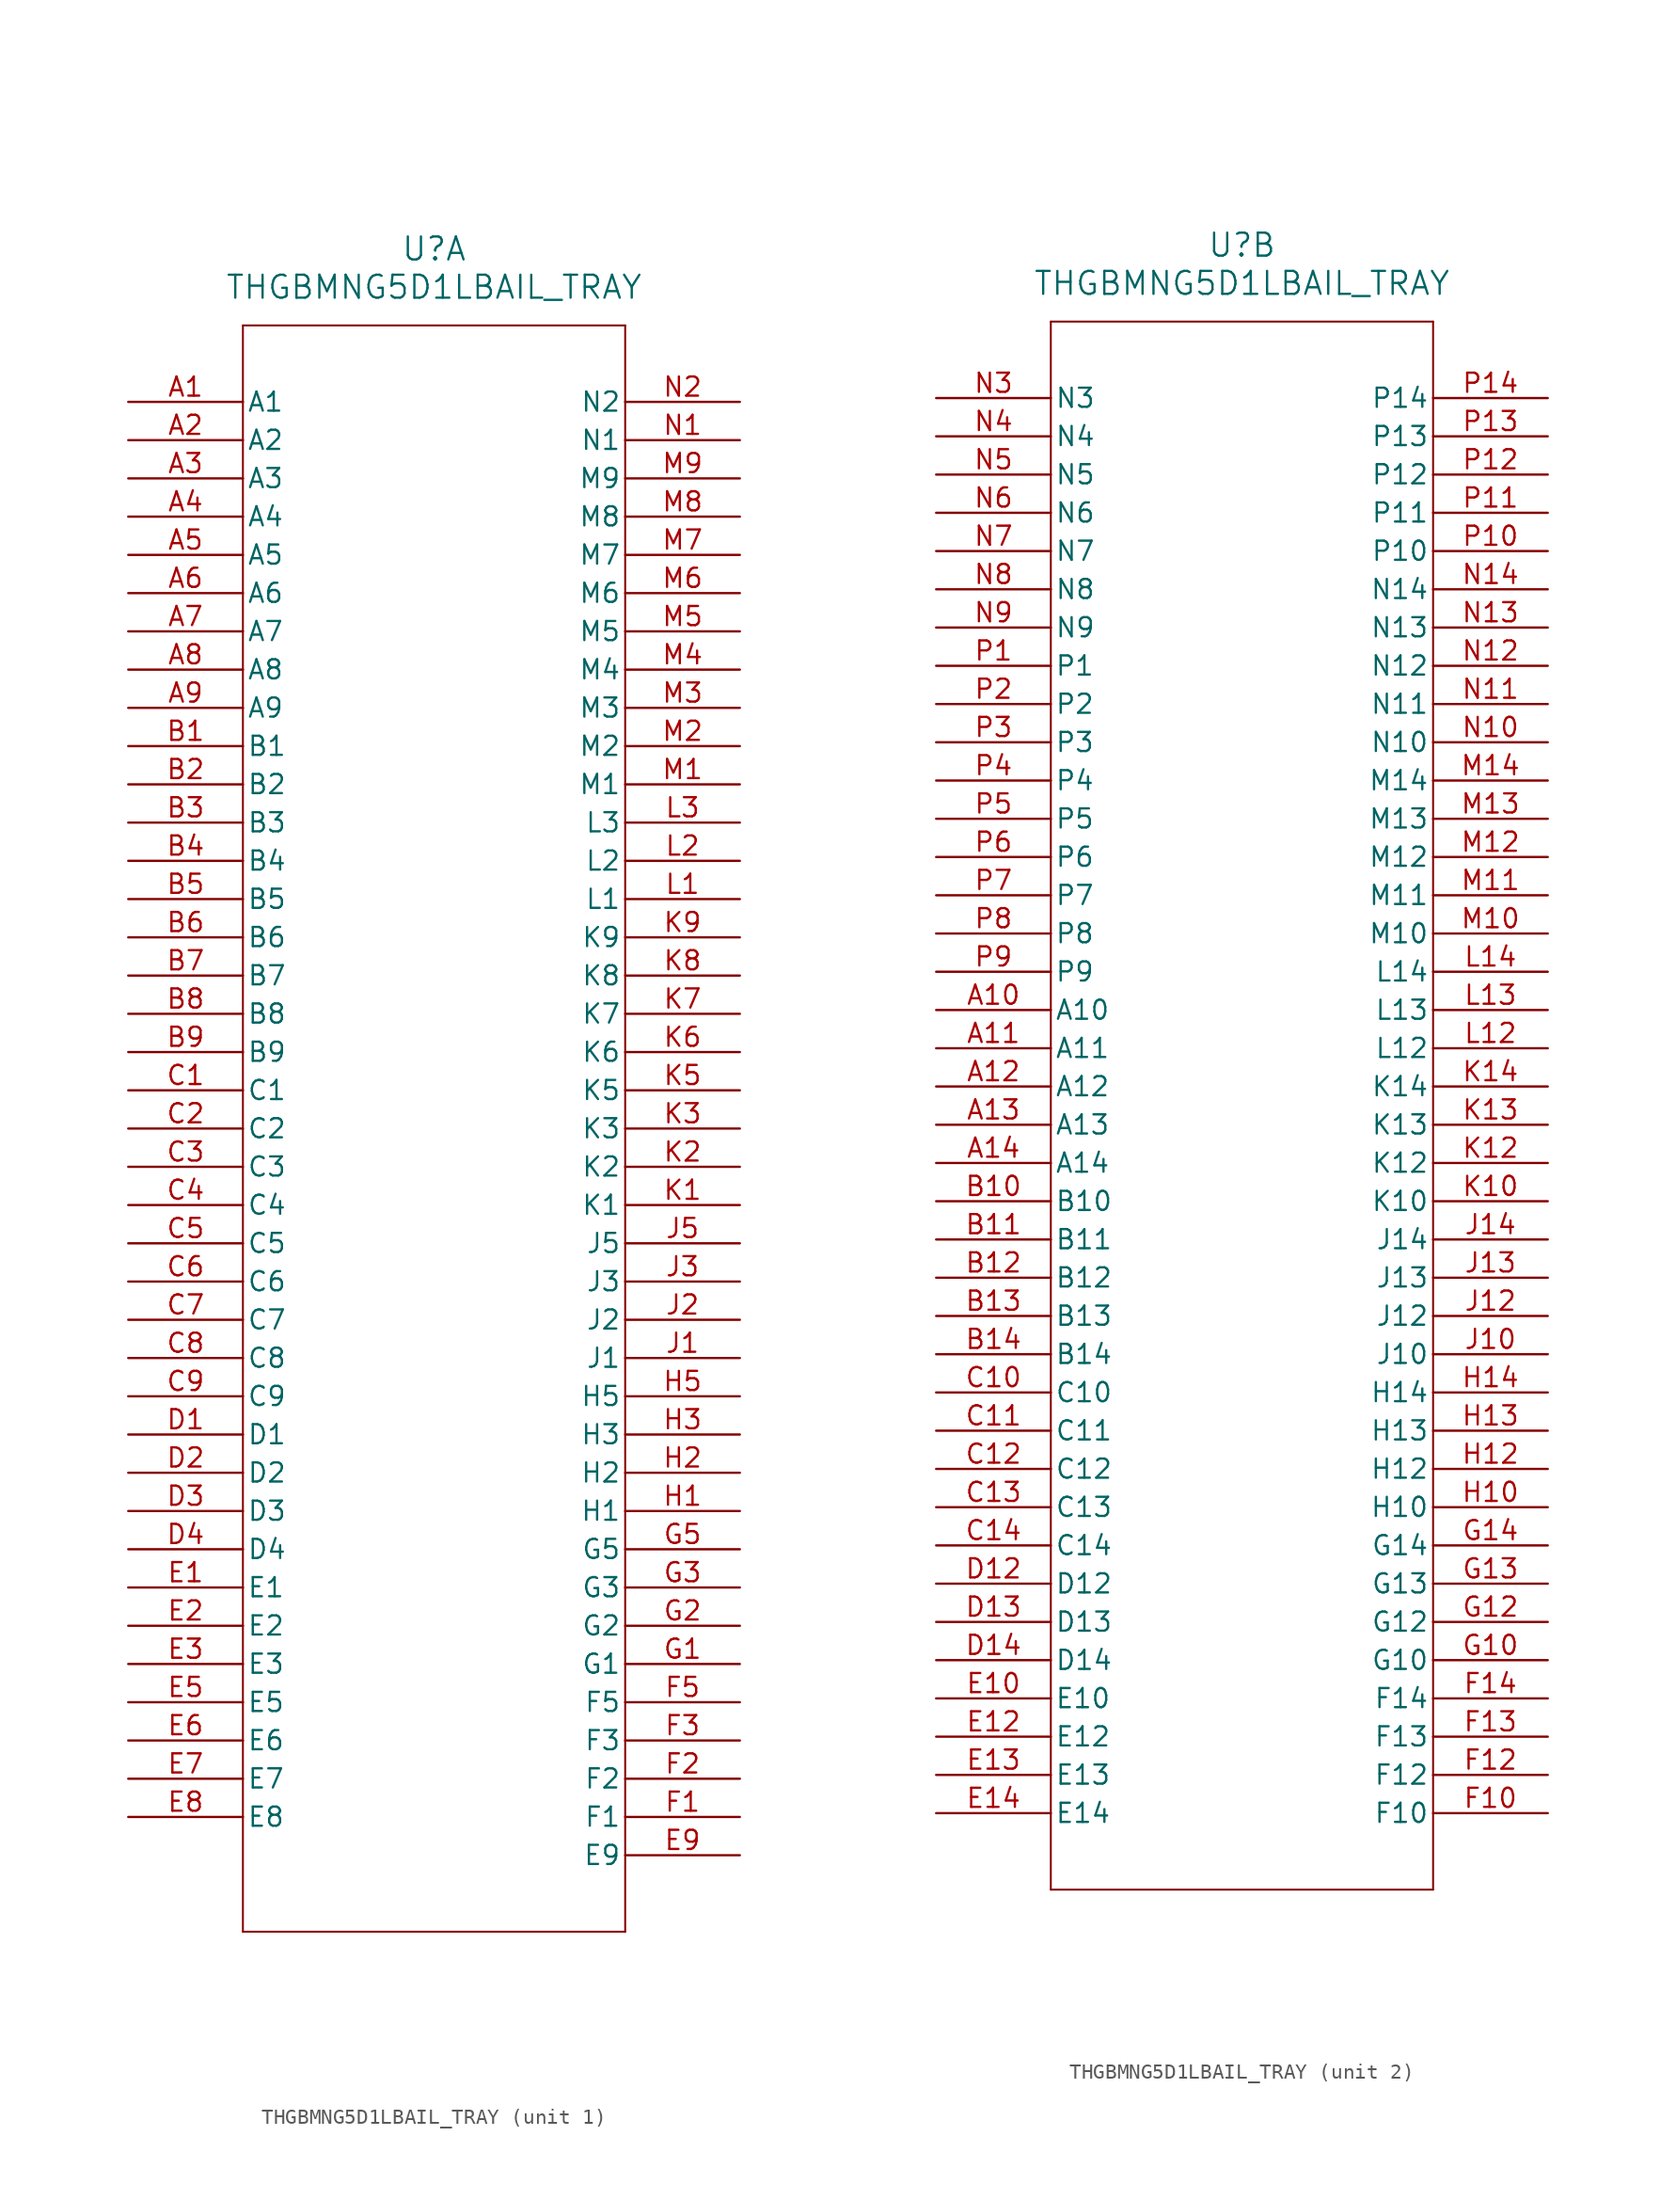
<source format=kicad_sym>
(kicad_symbol_lib
  (version 20211014)
  (generator kicad_symbol_editor)
  (symbol "THGBMNG5D1LBAIL_TRAY"
    (pin_names
      (offset 0.254))
    (property "Reference" "U"
      (at 20.32 10.16 0)
      (effects (font (size 1.524 1.524))))
    (property "Value" "THGBMNG5D1LBAIL_TRAY"
      (at 20.32 7.62 0)
      (effects (font (size 1.524 1.524))))
    (property "ki_locked" ""
      (at 0 0 0)
      (effects (font (size 1.27 1.27))))
    (symbol "THGBMNG5D1LBAIL_TRAY_1_1"
      (polyline (pts (xy 7.62 -101.6) (xy 33.02 -101.6)) (stroke (width 0.127) (type default) (color 0 0 0 0)) (fill (type none)))
      (polyline (pts (xy 7.62 5.08) (xy 7.62 -101.6)) (stroke (width 0.127) (type default) (color 0 0 0 0)) (fill (type none)))
      (polyline (pts (xy 33.02 -101.6) (xy 33.02 5.08)) (stroke (width 0.127) (type default) (color 0 0 0 0)) (fill (type none)))
      (polyline (pts (xy 33.02 5.08) (xy 7.62 5.08)) (stroke (width 0.127) (type default) (color 0 0 0 0)) (fill (type none)))
      (pin unspecified line (at 0 0 0) (length 7.62) (name "A1" (effects (font (size 1.27 1.27)))) (number "A1" (effects (font (size 1.27 1.27)))))
      (pin unspecified line (at 0 -2.54 0) (length 7.62) (name "A2" (effects (font (size 1.27 1.27)))) (number "A2" (effects (font (size 1.27 1.27)))))
      (pin unspecified line (at 0 -5.08 0) (length 7.62) (name "A3" (effects (font (size 1.27 1.27)))) (number "A3" (effects (font (size 1.27 1.27)))))
      (pin unspecified line (at 0 -7.62 0) (length 7.62) (name "A4" (effects (font (size 1.27 1.27)))) (number "A4" (effects (font (size 1.27 1.27)))))
      (pin unspecified line (at 0 -10.16 0) (length 7.62) (name "A5" (effects (font (size 1.27 1.27)))) (number "A5" (effects (font (size 1.27 1.27)))))
      (pin unspecified line (at 0 -12.7 0) (length 7.62) (name "A6" (effects (font (size 1.27 1.27)))) (number "A6" (effects (font (size 1.27 1.27)))))
      (pin unspecified line (at 0 -15.24 0) (length 7.62) (name "A7" (effects (font (size 1.27 1.27)))) (number "A7" (effects (font (size 1.27 1.27)))))
      (pin unspecified line (at 0 -17.78 0) (length 7.62) (name "A8" (effects (font (size 1.27 1.27)))) (number "A8" (effects (font (size 1.27 1.27)))))
      (pin unspecified line (at 0 -20.32 0) (length 7.62) (name "A9" (effects (font (size 1.27 1.27)))) (number "A9" (effects (font (size 1.27 1.27)))))
      (pin unspecified line (at 0 -22.86 0) (length 7.62) (name "B1" (effects (font (size 1.27 1.27)))) (number "B1" (effects (font (size 1.27 1.27)))))
      (pin unspecified line (at 0 -25.4 0) (length 7.62) (name "B2" (effects (font (size 1.27 1.27)))) (number "B2" (effects (font (size 1.27 1.27)))))
      (pin unspecified line (at 0 -27.94 0) (length 7.62) (name "B3" (effects (font (size 1.27 1.27)))) (number "B3" (effects (font (size 1.27 1.27)))))
      (pin unspecified line (at 0 -30.48 0) (length 7.62) (name "B4" (effects (font (size 1.27 1.27)))) (number "B4" (effects (font (size 1.27 1.27)))))
      (pin unspecified line (at 0 -33.02 0) (length 7.62) (name "B5" (effects (font (size 1.27 1.27)))) (number "B5" (effects (font (size 1.27 1.27)))))
      (pin unspecified line (at 0 -35.56 0) (length 7.62) (name "B6" (effects (font (size 1.27 1.27)))) (number "B6" (effects (font (size 1.27 1.27)))))
      (pin unspecified line (at 0 -38.1 0) (length 7.62) (name "B7" (effects (font (size 1.27 1.27)))) (number "B7" (effects (font (size 1.27 1.27)))))
      (pin unspecified line (at 0 -40.64 0) (length 7.62) (name "B8" (effects (font (size 1.27 1.27)))) (number "B8" (effects (font (size 1.27 1.27)))))
      (pin unspecified line (at 0 -43.18 0) (length 7.62) (name "B9" (effects (font (size 1.27 1.27)))) (number "B9" (effects (font (size 1.27 1.27)))))
      (pin unspecified line (at 0 -45.72 0) (length 7.62) (name "C1" (effects (font (size 1.27 1.27)))) (number "C1" (effects (font (size 1.27 1.27)))))
      (pin unspecified line (at 0 -48.26 0) (length 7.62) (name "C2" (effects (font (size 1.27 1.27)))) (number "C2" (effects (font (size 1.27 1.27)))))
      (pin unspecified line (at 0 -50.8 0) (length 7.62) (name "C3" (effects (font (size 1.27 1.27)))) (number "C3" (effects (font (size 1.27 1.27)))))
      (pin unspecified line (at 0 -53.34 0) (length 7.62) (name "C4" (effects (font (size 1.27 1.27)))) (number "C4" (effects (font (size 1.27 1.27)))))
      (pin unspecified line (at 0 -55.88 0) (length 7.62) (name "C5" (effects (font (size 1.27 1.27)))) (number "C5" (effects (font (size 1.27 1.27)))))
      (pin unspecified line (at 0 -58.42 0) (length 7.62) (name "C6" (effects (font (size 1.27 1.27)))) (number "C6" (effects (font (size 1.27 1.27)))))
      (pin unspecified line (at 0 -60.96 0) (length 7.62) (name "C7" (effects (font (size 1.27 1.27)))) (number "C7" (effects (font (size 1.27 1.27)))))
      (pin unspecified line (at 0 -63.5 0) (length 7.62) (name "C8" (effects (font (size 1.27 1.27)))) (number "C8" (effects (font (size 1.27 1.27)))))
      (pin unspecified line (at 0 -66.04 0) (length 7.62) (name "C9" (effects (font (size 1.27 1.27)))) (number "C9" (effects (font (size 1.27 1.27)))))
      (pin unspecified line (at 0 -68.58 0) (length 7.62) (name "D1" (effects (font (size 1.27 1.27)))) (number "D1" (effects (font (size 1.27 1.27)))))
      (pin unspecified line (at 0 -71.12 0) (length 7.62) (name "D2" (effects (font (size 1.27 1.27)))) (number "D2" (effects (font (size 1.27 1.27)))))
      (pin unspecified line (at 0 -73.66 0) (length 7.62) (name "D3" (effects (font (size 1.27 1.27)))) (number "D3" (effects (font (size 1.27 1.27)))))
      (pin unspecified line (at 0 -76.2 0) (length 7.62) (name "D4" (effects (font (size 1.27 1.27)))) (number "D4" (effects (font (size 1.27 1.27)))))
      (pin unspecified line (at 0 -78.74 0) (length 7.62) (name "E1" (effects (font (size 1.27 1.27)))) (number "E1" (effects (font (size 1.27 1.27)))))
      (pin unspecified line (at 0 -81.28 0) (length 7.62) (name "E2" (effects (font (size 1.27 1.27)))) (number "E2" (effects (font (size 1.27 1.27)))))
      (pin unspecified line (at 0 -83.82 0) (length 7.62) (name "E3" (effects (font (size 1.27 1.27)))) (number "E3" (effects (font (size 1.27 1.27)))))
      (pin unspecified line (at 0 -86.36 0) (length 7.62) (name "E5" (effects (font (size 1.27 1.27)))) (number "E5" (effects (font (size 1.27 1.27)))))
      (pin unspecified line (at 0 -88.9 0) (length 7.62) (name "E6" (effects (font (size 1.27 1.27)))) (number "E6" (effects (font (size 1.27 1.27)))))
      (pin unspecified line (at 0 -91.44 0) (length 7.62) (name "E7" (effects (font (size 1.27 1.27)))) (number "E7" (effects (font (size 1.27 1.27)))))
      (pin unspecified line (at 0 -93.98 0) (length 7.62) (name "E8" (effects (font (size 1.27 1.27)))) (number "E8" (effects (font (size 1.27 1.27)))))
      (pin unspecified line (at 40.64 -96.52 180) (length 7.62) (name "E9" (effects (font (size 1.27 1.27)))) (number "E9" (effects (font (size 1.27 1.27)))))
      (pin unspecified line (at 40.64 -93.98 180) (length 7.62) (name "F1" (effects (font (size 1.27 1.27)))) (number "F1" (effects (font (size 1.27 1.27)))))
      (pin unspecified line (at 40.64 -91.44 180) (length 7.62) (name "F2" (effects (font (size 1.27 1.27)))) (number "F2" (effects (font (size 1.27 1.27)))))
      (pin unspecified line (at 40.64 -88.9 180) (length 7.62) (name "F3" (effects (font (size 1.27 1.27)))) (number "F3" (effects (font (size 1.27 1.27)))))
      (pin unspecified line (at 40.64 -86.36 180) (length 7.62) (name "F5" (effects (font (size 1.27 1.27)))) (number "F5" (effects (font (size 1.27 1.27)))))
      (pin unspecified line (at 40.64 -83.82 180) (length 7.62) (name "G1" (effects (font (size 1.27 1.27)))) (number "G1" (effects (font (size 1.27 1.27)))))
      (pin unspecified line (at 40.64 -81.28 180) (length 7.62) (name "G2" (effects (font (size 1.27 1.27)))) (number "G2" (effects (font (size 1.27 1.27)))))
      (pin unspecified line (at 40.64 -78.74 180) (length 7.62) (name "G3" (effects (font (size 1.27 1.27)))) (number "G3" (effects (font (size 1.27 1.27)))))
      (pin unspecified line (at 40.64 -76.2 180) (length 7.62) (name "G5" (effects (font (size 1.27 1.27)))) (number "G5" (effects (font (size 1.27 1.27)))))
      (pin unspecified line (at 40.64 -73.66 180) (length 7.62) (name "H1" (effects (font (size 1.27 1.27)))) (number "H1" (effects (font (size 1.27 1.27)))))
      (pin unspecified line (at 40.64 -71.12 180) (length 7.62) (name "H2" (effects (font (size 1.27 1.27)))) (number "H2" (effects (font (size 1.27 1.27)))))
      (pin unspecified line (at 40.64 -68.58 180) (length 7.62) (name "H3" (effects (font (size 1.27 1.27)))) (number "H3" (effects (font (size 1.27 1.27)))))
      (pin unspecified line (at 40.64 -66.04 180) (length 7.62) (name "H5" (effects (font (size 1.27 1.27)))) (number "H5" (effects (font (size 1.27 1.27)))))
      (pin unspecified line (at 40.64 -63.5 180) (length 7.62) (name "J1" (effects (font (size 1.27 1.27)))) (number "J1" (effects (font (size 1.27 1.27)))))
      (pin unspecified line (at 40.64 -60.96 180) (length 7.62) (name "J2" (effects (font (size 1.27 1.27)))) (number "J2" (effects (font (size 1.27 1.27)))))
      (pin unspecified line (at 40.64 -58.42 180) (length 7.62) (name "J3" (effects (font (size 1.27 1.27)))) (number "J3" (effects (font (size 1.27 1.27)))))
      (pin unspecified line (at 40.64 -55.88 180) (length 7.62) (name "J5" (effects (font (size 1.27 1.27)))) (number "J5" (effects (font (size 1.27 1.27)))))
      (pin unspecified line (at 40.64 -53.34 180) (length 7.62) (name "K1" (effects (font (size 1.27 1.27)))) (number "K1" (effects (font (size 1.27 1.27)))))
      (pin unspecified line (at 40.64 -50.8 180) (length 7.62) (name "K2" (effects (font (size 1.27 1.27)))) (number "K2" (effects (font (size 1.27 1.27)))))
      (pin unspecified line (at 40.64 -48.26 180) (length 7.62) (name "K3" (effects (font (size 1.27 1.27)))) (number "K3" (effects (font (size 1.27 1.27)))))
      (pin unspecified line (at 40.64 -45.72 180) (length 7.62) (name "K5" (effects (font (size 1.27 1.27)))) (number "K5" (effects (font (size 1.27 1.27)))))
      (pin unspecified line (at 40.64 -43.18 180) (length 7.62) (name "K6" (effects (font (size 1.27 1.27)))) (number "K6" (effects (font (size 1.27 1.27)))))
      (pin unspecified line (at 40.64 -40.64 180) (length 7.62) (name "K7" (effects (font (size 1.27 1.27)))) (number "K7" (effects (font (size 1.27 1.27)))))
      (pin unspecified line (at 40.64 -38.1 180) (length 7.62) (name "K8" (effects (font (size 1.27 1.27)))) (number "K8" (effects (font (size 1.27 1.27)))))
      (pin unspecified line (at 40.64 -35.56 180) (length 7.62) (name "K9" (effects (font (size 1.27 1.27)))) (number "K9" (effects (font (size 1.27 1.27)))))
      (pin unspecified line (at 40.64 -33.02 180) (length 7.62) (name "L1" (effects (font (size 1.27 1.27)))) (number "L1" (effects (font (size 1.27 1.27)))))
      (pin unspecified line (at 40.64 -30.48 180) (length 7.62) (name "L2" (effects (font (size 1.27 1.27)))) (number "L2" (effects (font (size 1.27 1.27)))))
      (pin unspecified line (at 40.64 -27.94 180) (length 7.62) (name "L3" (effects (font (size 1.27 1.27)))) (number "L3" (effects (font (size 1.27 1.27)))))
      (pin unspecified line (at 40.64 -25.4 180) (length 7.62) (name "M1" (effects (font (size 1.27 1.27)))) (number "M1" (effects (font (size 1.27 1.27)))))
      (pin unspecified line (at 40.64 -22.86 180) (length 7.62) (name "M2" (effects (font (size 1.27 1.27)))) (number "M2" (effects (font (size 1.27 1.27)))))
      (pin unspecified line (at 40.64 -20.32 180) (length 7.62) (name "M3" (effects (font (size 1.27 1.27)))) (number "M3" (effects (font (size 1.27 1.27)))))
      (pin unspecified line (at 40.64 -17.78 180) (length 7.62) (name "M4" (effects (font (size 1.27 1.27)))) (number "M4" (effects (font (size 1.27 1.27)))))
      (pin unspecified line (at 40.64 -15.24 180) (length 7.62) (name "M5" (effects (font (size 1.27 1.27)))) (number "M5" (effects (font (size 1.27 1.27)))))
      (pin unspecified line (at 40.64 -12.7 180) (length 7.62) (name "M6" (effects (font (size 1.27 1.27)))) (number "M6" (effects (font (size 1.27 1.27)))))
      (pin unspecified line (at 40.64 -10.16 180) (length 7.62) (name "M7" (effects (font (size 1.27 1.27)))) (number "M7" (effects (font (size 1.27 1.27)))))
      (pin unspecified line (at 40.64 -7.62 180) (length 7.62) (name "M8" (effects (font (size 1.27 1.27)))) (number "M8" (effects (font (size 1.27 1.27)))))
      (pin unspecified line (at 40.64 -5.08 180) (length 7.62) (name "M9" (effects (font (size 1.27 1.27)))) (number "M9" (effects (font (size 1.27 1.27)))))
      (pin unspecified line (at 40.64 -2.54 180) (length 7.62) (name "N1" (effects (font (size 1.27 1.27)))) (number "N1" (effects (font (size 1.27 1.27)))))
      (pin unspecified line (at 40.64 0 180) (length 7.62) (name "N2" (effects (font (size 1.27 1.27)))) (number "N2" (effects (font (size 1.27 1.27))))))
    (symbol "THGBMNG5D1LBAIL_TRAY_2_1"
      (polyline (pts (xy 7.62 -99.06) (xy 33.02 -99.06)) (stroke (width 0.127) (type default) (color 0 0 0 0)) (fill (type none)))
      (polyline (pts (xy 7.62 5.08) (xy 7.62 -99.06)) (stroke (width 0.127) (type default) (color 0 0 0 0)) (fill (type none)))
      (polyline (pts (xy 33.02 -99.06) (xy 33.02 5.08)) (stroke (width 0.127) (type default) (color 0 0 0 0)) (fill (type none)))
      (polyline (pts (xy 33.02 5.08) (xy 7.62 5.08)) (stroke (width 0.127) (type default) (color 0 0 0 0)) (fill (type none)))
      (pin unspecified line (at 0 -40.64 0) (length 7.62) (name "A10" (effects (font (size 1.27 1.27)))) (number "A10" (effects (font (size 1.27 1.27)))))
      (pin unspecified line (at 0 -43.18 0) (length 7.62) (name "A11" (effects (font (size 1.27 1.27)))) (number "A11" (effects (font (size 1.27 1.27)))))
      (pin unspecified line (at 0 -45.72 0) (length 7.62) (name "A12" (effects (font (size 1.27 1.27)))) (number "A12" (effects (font (size 1.27 1.27)))))
      (pin unspecified line (at 0 -48.26 0) (length 7.62) (name "A13" (effects (font (size 1.27 1.27)))) (number "A13" (effects (font (size 1.27 1.27)))))
      (pin unspecified line (at 0 -50.8 0) (length 7.62) (name "A14" (effects (font (size 1.27 1.27)))) (number "A14" (effects (font (size 1.27 1.27)))))
      (pin unspecified line (at 0 -53.34 0) (length 7.62) (name "B10" (effects (font (size 1.27 1.27)))) (number "B10" (effects (font (size 1.27 1.27)))))
      (pin unspecified line (at 0 -55.88 0) (length 7.62) (name "B11" (effects (font (size 1.27 1.27)))) (number "B11" (effects (font (size 1.27 1.27)))))
      (pin unspecified line (at 0 -58.42 0) (length 7.62) (name "B12" (effects (font (size 1.27 1.27)))) (number "B12" (effects (font (size 1.27 1.27)))))
      (pin unspecified line (at 0 -60.96 0) (length 7.62) (name "B13" (effects (font (size 1.27 1.27)))) (number "B13" (effects (font (size 1.27 1.27)))))
      (pin unspecified line (at 0 -63.5 0) (length 7.62) (name "B14" (effects (font (size 1.27 1.27)))) (number "B14" (effects (font (size 1.27 1.27)))))
      (pin unspecified line (at 0 -66.04 0) (length 7.62) (name "C10" (effects (font (size 1.27 1.27)))) (number "C10" (effects (font (size 1.27 1.27)))))
      (pin unspecified line (at 0 -68.58 0) (length 7.62) (name "C11" (effects (font (size 1.27 1.27)))) (number "C11" (effects (font (size 1.27 1.27)))))
      (pin unspecified line (at 0 -71.12 0) (length 7.62) (name "C12" (effects (font (size 1.27 1.27)))) (number "C12" (effects (font (size 1.27 1.27)))))
      (pin unspecified line (at 0 -73.66 0) (length 7.62) (name "C13" (effects (font (size 1.27 1.27)))) (number "C13" (effects (font (size 1.27 1.27)))))
      (pin unspecified line (at 0 -76.2 0) (length 7.62) (name "C14" (effects (font (size 1.27 1.27)))) (number "C14" (effects (font (size 1.27 1.27)))))
      (pin unspecified line (at 0 -78.74 0) (length 7.62) (name "D12" (effects (font (size 1.27 1.27)))) (number "D12" (effects (font (size 1.27 1.27)))))
      (pin unspecified line (at 0 -81.28 0) (length 7.62) (name "D13" (effects (font (size 1.27 1.27)))) (number "D13" (effects (font (size 1.27 1.27)))))
      (pin unspecified line (at 0 -83.82 0) (length 7.62) (name "D14" (effects (font (size 1.27 1.27)))) (number "D14" (effects (font (size 1.27 1.27)))))
      (pin unspecified line (at 0 -86.36 0) (length 7.62) (name "E10" (effects (font (size 1.27 1.27)))) (number "E10" (effects (font (size 1.27 1.27)))))
      (pin unspecified line (at 0 -88.9 0) (length 7.62) (name "E12" (effects (font (size 1.27 1.27)))) (number "E12" (effects (font (size 1.27 1.27)))))
      (pin unspecified line (at 0 -91.44 0) (length 7.62) (name "E13" (effects (font (size 1.27 1.27)))) (number "E13" (effects (font (size 1.27 1.27)))))
      (pin unspecified line (at 0 -93.98 0) (length 7.62) (name "E14" (effects (font (size 1.27 1.27)))) (number "E14" (effects (font (size 1.27 1.27)))))
      (pin unspecified line (at 40.64 -93.98 180) (length 7.62) (name "F10" (effects (font (size 1.27 1.27)))) (number "F10" (effects (font (size 1.27 1.27)))))
      (pin unspecified line (at 40.64 -91.44 180) (length 7.62) (name "F12" (effects (font (size 1.27 1.27)))) (number "F12" (effects (font (size 1.27 1.27)))))
      (pin unspecified line (at 40.64 -88.9 180) (length 7.62) (name "F13" (effects (font (size 1.27 1.27)))) (number "F13" (effects (font (size 1.27 1.27)))))
      (pin unspecified line (at 40.64 -86.36 180) (length 7.62) (name "F14" (effects (font (size 1.27 1.27)))) (number "F14" (effects (font (size 1.27 1.27)))))
      (pin unspecified line (at 40.64 -83.82 180) (length 7.62) (name "G10" (effects (font (size 1.27 1.27)))) (number "G10" (effects (font (size 1.27 1.27)))))
      (pin unspecified line (at 40.64 -81.28 180) (length 7.62) (name "G12" (effects (font (size 1.27 1.27)))) (number "G12" (effects (font (size 1.27 1.27)))))
      (pin unspecified line (at 40.64 -78.74 180) (length 7.62) (name "G13" (effects (font (size 1.27 1.27)))) (number "G13" (effects (font (size 1.27 1.27)))))
      (pin unspecified line (at 40.64 -76.2 180) (length 7.62) (name "G14" (effects (font (size 1.27 1.27)))) (number "G14" (effects (font (size 1.27 1.27)))))
      (pin unspecified line (at 40.64 -73.66 180) (length 7.62) (name "H10" (effects (font (size 1.27 1.27)))) (number "H10" (effects (font (size 1.27 1.27)))))
      (pin unspecified line (at 40.64 -71.12 180) (length 7.62) (name "H12" (effects (font (size 1.27 1.27)))) (number "H12" (effects (font (size 1.27 1.27)))))
      (pin unspecified line (at 40.64 -68.58 180) (length 7.62) (name "H13" (effects (font (size 1.27 1.27)))) (number "H13" (effects (font (size 1.27 1.27)))))
      (pin unspecified line (at 40.64 -66.04 180) (length 7.62) (name "H14" (effects (font (size 1.27 1.27)))) (number "H14" (effects (font (size 1.27 1.27)))))
      (pin unspecified line (at 40.64 -63.5 180) (length 7.62) (name "J10" (effects (font (size 1.27 1.27)))) (number "J10" (effects (font (size 1.27 1.27)))))
      (pin unspecified line (at 40.64 -60.96 180) (length 7.62) (name "J12" (effects (font (size 1.27 1.27)))) (number "J12" (effects (font (size 1.27 1.27)))))
      (pin unspecified line (at 40.64 -58.42 180) (length 7.62) (name "J13" (effects (font (size 1.27 1.27)))) (number "J13" (effects (font (size 1.27 1.27)))))
      (pin unspecified line (at 40.64 -55.88 180) (length 7.62) (name "J14" (effects (font (size 1.27 1.27)))) (number "J14" (effects (font (size 1.27 1.27)))))
      (pin unspecified line (at 40.64 -53.34 180) (length 7.62) (name "K10" (effects (font (size 1.27 1.27)))) (number "K10" (effects (font (size 1.27 1.27)))))
      (pin unspecified line (at 40.64 -50.8 180) (length 7.62) (name "K12" (effects (font (size 1.27 1.27)))) (number "K12" (effects (font (size 1.27 1.27)))))
      (pin unspecified line (at 40.64 -48.26 180) (length 7.62) (name "K13" (effects (font (size 1.27 1.27)))) (number "K13" (effects (font (size 1.27 1.27)))))
      (pin unspecified line (at 40.64 -45.72 180) (length 7.62) (name "K14" (effects (font (size 1.27 1.27)))) (number "K14" (effects (font (size 1.27 1.27)))))
      (pin unspecified line (at 40.64 -43.18 180) (length 7.62) (name "L12" (effects (font (size 1.27 1.27)))) (number "L12" (effects (font (size 1.27 1.27)))))
      (pin unspecified line (at 40.64 -40.64 180) (length 7.62) (name "L13" (effects (font (size 1.27 1.27)))) (number "L13" (effects (font (size 1.27 1.27)))))
      (pin unspecified line (at 40.64 -38.1 180) (length 7.62) (name "L14" (effects (font (size 1.27 1.27)))) (number "L14" (effects (font (size 1.27 1.27)))))
      (pin unspecified line (at 40.64 -35.56 180) (length 7.62) (name "M10" (effects (font (size 1.27 1.27)))) (number "M10" (effects (font (size 1.27 1.27)))))
      (pin unspecified line (at 40.64 -33.02 180) (length 7.62) (name "M11" (effects (font (size 1.27 1.27)))) (number "M11" (effects (font (size 1.27 1.27)))))
      (pin unspecified line (at 40.64 -30.48 180) (length 7.62) (name "M12" (effects (font (size 1.27 1.27)))) (number "M12" (effects (font (size 1.27 1.27)))))
      (pin unspecified line (at 40.64 -27.94 180) (length 7.62) (name "M13" (effects (font (size 1.27 1.27)))) (number "M13" (effects (font (size 1.27 1.27)))))
      (pin unspecified line (at 40.64 -25.4 180) (length 7.62) (name "M14" (effects (font (size 1.27 1.27)))) (number "M14" (effects (font (size 1.27 1.27)))))
      (pin unspecified line (at 40.64 -22.86 180) (length 7.62) (name "N10" (effects (font (size 1.27 1.27)))) (number "N10" (effects (font (size 1.27 1.27)))))
      (pin unspecified line (at 40.64 -20.32 180) (length 7.62) (name "N11" (effects (font (size 1.27 1.27)))) (number "N11" (effects (font (size 1.27 1.27)))))
      (pin unspecified line (at 40.64 -17.78 180) (length 7.62) (name "N12" (effects (font (size 1.27 1.27)))) (number "N12" (effects (font (size 1.27 1.27)))))
      (pin unspecified line (at 40.64 -15.24 180) (length 7.62) (name "N13" (effects (font (size 1.27 1.27)))) (number "N13" (effects (font (size 1.27 1.27)))))
      (pin unspecified line (at 40.64 -12.7 180) (length 7.62) (name "N14" (effects (font (size 1.27 1.27)))) (number "N14" (effects (font (size 1.27 1.27)))))
      (pin unspecified line (at 0 0 0) (length 7.62) (name "N3" (effects (font (size 1.27 1.27)))) (number "N3" (effects (font (size 1.27 1.27)))))
      (pin unspecified line (at 0 -2.54 0) (length 7.62) (name "N4" (effects (font (size 1.27 1.27)))) (number "N4" (effects (font (size 1.27 1.27)))))
      (pin unspecified line (at 0 -5.08 0) (length 7.62) (name "N5" (effects (font (size 1.27 1.27)))) (number "N5" (effects (font (size 1.27 1.27)))))
      (pin unspecified line (at 0 -7.62 0) (length 7.62) (name "N6" (effects (font (size 1.27 1.27)))) (number "N6" (effects (font (size 1.27 1.27)))))
      (pin unspecified line (at 0 -10.16 0) (length 7.62) (name "N7" (effects (font (size 1.27 1.27)))) (number "N7" (effects (font (size 1.27 1.27)))))
      (pin unspecified line (at 0 -12.7 0) (length 7.62) (name "N8" (effects (font (size 1.27 1.27)))) (number "N8" (effects (font (size 1.27 1.27)))))
      (pin unspecified line (at 0 -15.24 0) (length 7.62) (name "N9" (effects (font (size 1.27 1.27)))) (number "N9" (effects (font (size 1.27 1.27)))))
      (pin unspecified line (at 0 -17.78 0) (length 7.62) (name "P1" (effects (font (size 1.27 1.27)))) (number "P1" (effects (font (size 1.27 1.27)))))
      (pin unspecified line (at 40.64 -10.16 180) (length 7.62) (name "P10" (effects (font (size 1.27 1.27)))) (number "P10" (effects (font (size 1.27 1.27)))))
      (pin unspecified line (at 40.64 -7.62 180) (length 7.62) (name "P11" (effects (font (size 1.27 1.27)))) (number "P11" (effects (font (size 1.27 1.27)))))
      (pin unspecified line (at 40.64 -5.08 180) (length 7.62) (name "P12" (effects (font (size 1.27 1.27)))) (number "P12" (effects (font (size 1.27 1.27)))))
      (pin unspecified line (at 40.64 -2.54 180) (length 7.62) (name "P13" (effects (font (size 1.27 1.27)))) (number "P13" (effects (font (size 1.27 1.27)))))
      (pin unspecified line (at 40.64 0 180) (length 7.62) (name "P14" (effects (font (size 1.27 1.27)))) (number "P14" (effects (font (size 1.27 1.27)))))
      (pin unspecified line (at 0 -20.32 0) (length 7.62) (name "P2" (effects (font (size 1.27 1.27)))) (number "P2" (effects (font (size 1.27 1.27)))))
      (pin unspecified line (at 0 -22.86 0) (length 7.62) (name "P3" (effects (font (size 1.27 1.27)))) (number "P3" (effects (font (size 1.27 1.27)))))
      (pin unspecified line (at 0 -25.4 0) (length 7.62) (name "P4" (effects (font (size 1.27 1.27)))) (number "P4" (effects (font (size 1.27 1.27)))))
      (pin unspecified line (at 0 -27.94 0) (length 7.62) (name "P5" (effects (font (size 1.27 1.27)))) (number "P5" (effects (font (size 1.27 1.27)))))
      (pin unspecified line (at 0 -30.48 0) (length 7.62) (name "P6" (effects (font (size 1.27 1.27)))) (number "P6" (effects (font (size 1.27 1.27)))))
      (pin unspecified line (at 0 -33.02 0) (length 7.62) (name "P7" (effects (font (size 1.27 1.27)))) (number "P7" (effects (font (size 1.27 1.27)))))
      (pin unspecified line (at 0 -35.56 0) (length 7.62) (name "P8" (effects (font (size 1.27 1.27)))) (number "P8" (effects (font (size 1.27 1.27)))))
      (pin unspecified line (at 0 -38.1 0) (length 7.62) (name "P9" (effects (font (size 1.27 1.27)))) (number "P9" (effects (font (size 1.27 1.27))))))))
</source>
